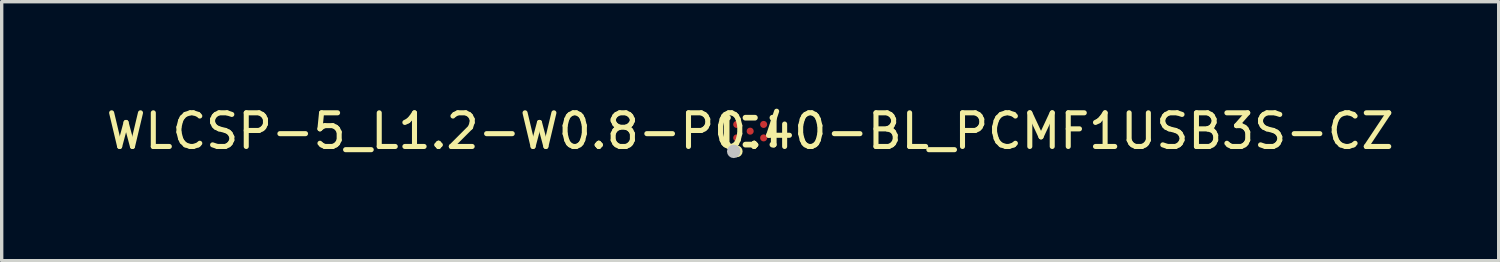
<source format=kicad_pcb>
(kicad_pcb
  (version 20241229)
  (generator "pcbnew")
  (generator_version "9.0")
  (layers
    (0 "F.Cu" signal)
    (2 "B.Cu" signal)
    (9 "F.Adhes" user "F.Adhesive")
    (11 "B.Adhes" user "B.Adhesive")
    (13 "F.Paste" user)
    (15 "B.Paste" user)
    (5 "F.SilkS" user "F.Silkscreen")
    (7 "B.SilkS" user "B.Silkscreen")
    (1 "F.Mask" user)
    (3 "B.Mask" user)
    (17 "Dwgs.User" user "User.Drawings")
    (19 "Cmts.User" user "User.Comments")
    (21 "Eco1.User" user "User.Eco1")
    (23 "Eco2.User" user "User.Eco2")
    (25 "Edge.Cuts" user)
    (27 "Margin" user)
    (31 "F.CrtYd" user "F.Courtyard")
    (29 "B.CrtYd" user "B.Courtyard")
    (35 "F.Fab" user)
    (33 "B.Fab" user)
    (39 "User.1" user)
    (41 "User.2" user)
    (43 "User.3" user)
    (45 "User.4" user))
  (footprint "WLCSP-5_L1.2-W0.8-P0.40-BL_PCMF1USB3S-CZ"
    (layer "F.Cu")
    (at 19.244 0.848)
    (property "Reference" "WLCSP-5_L1.2-W0.8-P0.40-BL_PCMF1USB3S-CZ" (at 0 0 0) (unlocked yes) (layer "F.SilkS") (effects (font (size 1 1) (thickness 0.15))))
    (fp_line (start -0.7 -0.4) (end -0.7 0.4) (stroke (width 0.17) (type default)) (layer "F.SilkS"))
    (fp_line (start -0.7 -0.4) (end -0.661 -0.4) (stroke (width 0.17) (type default)) (layer "F.SilkS"))
    (fp_line (start -0.7 0.4) (end -0.661 0.4) (stroke (width 0.17) (type default)) (layer "F.SilkS"))
    (fp_line (start -0.14 -0.4) (end 0.14 -0.4) (stroke (width 0.17) (type default)) (layer "F.SilkS"))
    (fp_line (start -0.14 0.4) (end 0.14 0.4) (stroke (width 0.17) (type default)) (layer "F.SilkS"))
    (fp_line (start 0.661 -0.4) (end 0.7 -0.4) (stroke (width 0.17) (type default)) (layer "F.SilkS"))
    (fp_line (start 0.661 0.4) (end 0.7 0.4) (stroke (width 0.17) (type default)) (layer "F.SilkS"))
    (fp_line (start 0.7 -0.4) (end 0.7 0.4) (stroke (width 0.17) (type default)) (layer "F.SilkS"))
    (fp_circle (center -0.4 0.6) (end -0.31 0.6) (stroke (width 0.17) (type default)) (fill no) (layer "F.SilkS"))
    (fp_circle (center -0.49 0.6) (end -0.39 0.6) (stroke (width 0.2) (type default)) (fill no) (layer "Dwgs.User"))
    (fp_poly (pts (xy -0.295 -0.2) (xy -0.315 -0.262) (xy -0.368 -0.3) (xy -0.432 -0.3) (xy -0.485 -0.262) (xy -0.505 -0.2) (xy -0.485 -0.138) (xy -0.432 -0.1) (xy -0.368 -0.1) (xy -0.315 -0.138)) (stroke (width 0.1) (type default)) (fill no) (layer "User.1"))
    (fp_poly (pts (xy -0.295 0.2) (xy -0.315 0.138) (xy -0.368 0.1) (xy -0.432 0.1) (xy -0.485 0.138) (xy -0.505 0.2) (xy -0.485 0.262) (xy -0.432 0.3) (xy -0.368 0.3) (xy -0.315 0.262)) (stroke (width 0.1) (type default)) (fill no) (layer "User.1"))
    (fp_poly (pts (xy 0.105 0) (xy 0.085 -0.062) (xy 0.032 -0.1) (xy -0.032 -0.1) (xy -0.085 -0.062) (xy -0.105 0) (xy -0.085 0.062) (xy -0.032 0.1) (xy 0.032 0.1) (xy 0.085 0.062)) (stroke (width 0.1) (type default)) (fill no) (layer "User.1"))
    (fp_poly (pts (xy 0.505 -0.2) (xy 0.485 -0.262) (xy 0.432 -0.3) (xy 0.368 -0.3) (xy 0.315 -0.262) (xy 0.295 -0.2) (xy 0.315 -0.138) (xy 0.368 -0.1) (xy 0.432 -0.1) (xy 0.485 -0.138)) (stroke (width 0.1) (type default)) (fill no) (layer "User.1"))
    (fp_poly (pts (xy 0.505 0.2) (xy 0.485 0.138) (xy 0.432 0.1) (xy 0.368 0.1) (xy 0.315 0.138) (xy 0.295 0.2) (xy 0.315 0.262) (xy 0.368 0.3) (xy 0.432 0.3) (xy 0.485 0.262)) (stroke (width 0.1) (type default)) (fill no) (layer "User.1"))
    (fp_line (start -0.6 -0.4) (end 0.6 -0.4) (stroke (width 0.051) (type default)) (layer "User.2"))
    (fp_line (start -0.6 0.4) (end -0.6 -0.4) (stroke (width 0.051) (type default)) (layer "User.2"))
    (fp_line (start 0.6 -0.4) (end 0.6 0.4) (stroke (width 0.051) (type default)) (layer "User.2"))
    (fp_line (start 0.6 0.4) (end -0.6 0.4) (stroke (width 0.051) (type default)) (layer "User.2"))
    (fp_poly (pts (xy -0.54 0.4) (xy -0.558 0.358) (xy -0.6 0.34) (xy -0.642 0.358) (xy -0.66 0.4) (xy -0.642 0.442) (xy -0.6 0.46) (xy -0.558 0.442)) (stroke (width 0.1) (type default)) (fill no) (layer "User.3"))
    (pad "A1" smd circle (at -0.4 0.2 270) (size 0.21 0.21) (layers "F.Cu" "F.Mask" "F.Paste"))
    (pad "A2" smd circle (at -0.4 -0.2 270) (size 0.21 0.21) (layers "F.Cu" "F.Mask" "F.Paste"))
    (pad "B1" smd circle (at 0 0 270) (size 0.21 0.21) (layers "F.Cu" "F.Mask" "F.Paste"))
    (pad "C1" smd circle (at 0.4 0.2 270) (size 0.21 0.21) (layers "F.Cu" "F.Mask" "F.Paste"))
    (pad "C2" smd circle (at 0.4 -0.2 270) (size 0.21 0.21) (layers "F.Cu" "F.Mask" "F.Paste")))
  (gr_rect
    (start -3 -3)
    (end 41.488 4.697)
    (stroke (width 0.1) (type default))
    (fill no)
    (layer "Edge.Cuts")))
</source>
